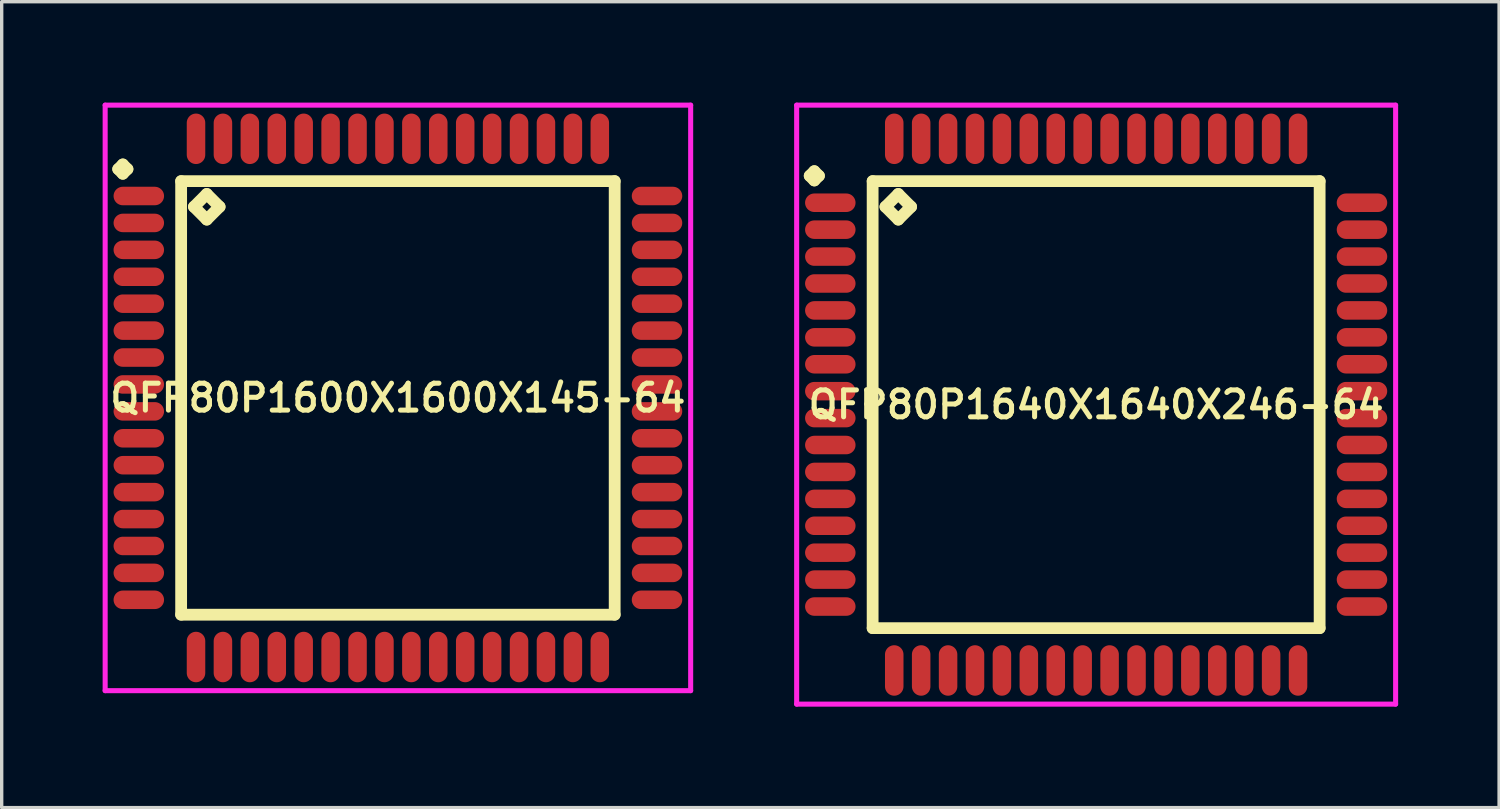
<source format=kicad_pcb>
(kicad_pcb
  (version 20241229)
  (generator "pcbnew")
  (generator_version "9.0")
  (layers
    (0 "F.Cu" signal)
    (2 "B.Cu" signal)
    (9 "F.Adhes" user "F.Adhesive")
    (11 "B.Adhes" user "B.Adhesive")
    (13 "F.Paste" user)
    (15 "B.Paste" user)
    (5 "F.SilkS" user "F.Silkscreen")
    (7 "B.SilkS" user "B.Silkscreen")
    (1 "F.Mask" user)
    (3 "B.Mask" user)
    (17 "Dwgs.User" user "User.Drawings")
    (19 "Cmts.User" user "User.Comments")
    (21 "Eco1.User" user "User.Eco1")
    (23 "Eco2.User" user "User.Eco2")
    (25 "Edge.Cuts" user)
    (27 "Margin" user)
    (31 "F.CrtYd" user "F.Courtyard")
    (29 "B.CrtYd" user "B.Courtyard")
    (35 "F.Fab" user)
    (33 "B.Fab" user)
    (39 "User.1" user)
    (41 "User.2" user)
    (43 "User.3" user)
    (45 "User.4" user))
  (footprint "QFP80P1640X1640X246-64"
    (layer "F.Cu")
    (at 29.525 8.975)
    (property "Reference" "QFP80P1640X1640X246-64" (at 0 0 0) (layer "F.SilkS") (effects (font (size 0.8 0.8) (thickness 0.15))))
    (attr smd)
    (fp_line (start -8.512 -6.8) (end -8.375 -6.938) (stroke (width 0.35) (type solid)) (layer "F.SilkS"))
    (fp_line (start -8.375 -6.938) (end -8.238 -6.8) (stroke (width 0.35) (type solid)) (layer "F.SilkS"))
    (fp_line (start -8.375 -6.662) (end -8.512 -6.8) (stroke (width 0.35) (type solid)) (layer "F.SilkS"))
    (fp_line (start -8.238 -6.8) (end -8.375 -6.662) (stroke (width 0.35) (type solid)) (layer "F.SilkS"))
    (fp_line (start -6.642 -6.642) (end -6.642 6.642) (stroke (width 0.35) (type solid)) (layer "F.SilkS"))
    (fp_line (start -6.642 6.642) (end 6.642 6.642) (stroke (width 0.35) (type solid)) (layer "F.SilkS"))
    (fp_line (start -6.261 -5.88) (end -5.88 -6.261) (stroke (width 0.35) (type solid)) (layer "F.SilkS"))
    (fp_line (start -5.88 -6.261) (end -5.499 -5.88) (stroke (width 0.35) (type solid)) (layer "F.SilkS"))
    (fp_line (start -5.88 -5.499) (end -6.261 -5.88) (stroke (width 0.35) (type solid)) (layer "F.SilkS"))
    (fp_line (start -5.499 -5.88) (end -5.88 -5.499) (stroke (width 0.35) (type solid)) (layer "F.SilkS"))
    (fp_line (start 6.642 -6.642) (end -6.642 -6.642) (stroke (width 0.35) (type solid)) (layer "F.SilkS"))
    (fp_line (start 6.642 6.642) (end 6.642 -6.642) (stroke (width 0.35) (type solid)) (layer "F.SilkS"))
    (fp_line (start -8.9 -8.9) (end 8.9 -8.9) (stroke (width 0.15) (type solid)) (layer "F.CrtYd"))
    (fp_line (start -8.9 8.9) (end -8.9 -8.9) (stroke (width 0.15) (type solid)) (layer "F.CrtYd"))
    (fp_line (start 8.9 -8.9) (end 8.9 8.9) (stroke (width 0.15) (type solid)) (layer "F.CrtYd"))
    (fp_line (start 8.9 8.9) (end -8.9 8.9) (stroke (width 0.15) (type solid)) (layer "F.CrtYd"))
    (pad "1" smd oval (at -7.9 -6) (size 1.5 0.55) (layers "F.Cu" "F.Mask" "F.Paste"))
    (pad "2" smd oval (at -7.9 -5.2) (size 1.5 0.55) (layers "F.Cu" "F.Mask" "F.Paste"))
    (pad "3" smd oval (at -7.9 -4.4) (size 1.5 0.55) (layers "F.Cu" "F.Mask" "F.Paste"))
    (pad "4" smd oval (at -7.9 -3.6) (size 1.5 0.55) (layers "F.Cu" "F.Mask" "F.Paste"))
    (pad "5" smd oval (at -7.9 -2.8) (size 1.5 0.55) (layers "F.Cu" "F.Mask" "F.Paste"))
    (pad "6" smd oval (at -7.9 -2) (size 1.5 0.55) (layers "F.Cu" "F.Mask" "F.Paste"))
    (pad "7" smd oval (at -7.9 -1.2) (size 1.5 0.55) (layers "F.Cu" "F.Mask" "F.Paste"))
    (pad "8" smd oval (at -7.9 -0.4) (size 1.5 0.55) (layers "F.Cu" "F.Mask" "F.Paste"))
    (pad "9" smd oval (at -7.9 0.4) (size 1.5 0.55) (layers "F.Cu" "F.Mask" "F.Paste"))
    (pad "10" smd oval (at -7.9 1.2) (size 1.5 0.55) (layers "F.Cu" "F.Mask" "F.Paste"))
    (pad "11" smd oval (at -7.9 2) (size 1.5 0.55) (layers "F.Cu" "F.Mask" "F.Paste"))
    (pad "12" smd oval (at -7.9 2.8) (size 1.5 0.55) (layers "F.Cu" "F.Mask" "F.Paste"))
    (pad "13" smd oval (at -7.9 3.6) (size 1.5 0.55) (layers "F.Cu" "F.Mask" "F.Paste"))
    (pad "14" smd oval (at -7.9 4.4) (size 1.5 0.55) (layers "F.Cu" "F.Mask" "F.Paste"))
    (pad "15" smd oval (at -7.9 5.2) (size 1.5 0.55) (layers "F.Cu" "F.Mask" "F.Paste"))
    (pad "16" smd oval (at -7.9 6) (size 1.5 0.55) (layers "F.Cu" "F.Mask" "F.Paste"))
    (pad "17" smd oval (at -6 7.9) (size 0.55 1.5) (layers "F.Cu" "F.Mask" "F.Paste"))
    (pad "18" smd oval (at -5.2 7.9) (size 0.55 1.5) (layers "F.Cu" "F.Mask" "F.Paste"))
    (pad "19" smd oval (at -4.4 7.9) (size 0.55 1.5) (layers "F.Cu" "F.Mask" "F.Paste"))
    (pad "20" smd oval (at -3.6 7.9) (size 0.55 1.5) (layers "F.Cu" "F.Mask" "F.Paste"))
    (pad "21" smd oval (at -2.8 7.9) (size 0.55 1.5) (layers "F.Cu" "F.Mask" "F.Paste"))
    (pad "22" smd oval (at -2 7.9) (size 0.55 1.5) (layers "F.Cu" "F.Mask" "F.Paste"))
    (pad "23" smd oval (at -1.2 7.9) (size 0.55 1.5) (layers "F.Cu" "F.Mask" "F.Paste"))
    (pad "24" smd oval (at -0.4 7.9) (size 0.55 1.5) (layers "F.Cu" "F.Mask" "F.Paste"))
    (pad "25" smd oval (at 0.4 7.9) (size 0.55 1.5) (layers "F.Cu" "F.Mask" "F.Paste"))
    (pad "26" smd oval (at 1.2 7.9) (size 0.55 1.5) (layers "F.Cu" "F.Mask" "F.Paste"))
    (pad "27" smd oval (at 2 7.9) (size 0.55 1.5) (layers "F.Cu" "F.Mask" "F.Paste"))
    (pad "28" smd oval (at 2.8 7.9) (size 0.55 1.5) (layers "F.Cu" "F.Mask" "F.Paste"))
    (pad "29" smd oval (at 3.6 7.9) (size 0.55 1.5) (layers "F.Cu" "F.Mask" "F.Paste"))
    (pad "30" smd oval (at 4.4 7.9) (size 0.55 1.5) (layers "F.Cu" "F.Mask" "F.Paste"))
    (pad "31" smd oval (at 5.2 7.9) (size 0.55 1.5) (layers "F.Cu" "F.Mask" "F.Paste"))
    (pad "32" smd oval (at 6 7.9) (size 0.55 1.5) (layers "F.Cu" "F.Mask" "F.Paste"))
    (pad "33" smd oval (at 7.9 6) (size 1.5 0.55) (layers "F.Cu" "F.Mask" "F.Paste"))
    (pad "34" smd oval (at 7.9 5.2) (size 1.5 0.55) (layers "F.Cu" "F.Mask" "F.Paste"))
    (pad "35" smd oval (at 7.9 4.4) (size 1.5 0.55) (layers "F.Cu" "F.Mask" "F.Paste"))
    (pad "36" smd oval (at 7.9 3.6) (size 1.5 0.55) (layers "F.Cu" "F.Mask" "F.Paste"))
    (pad "37" smd oval (at 7.9 2.8) (size 1.5 0.55) (layers "F.Cu" "F.Mask" "F.Paste"))
    (pad "38" smd oval (at 7.9 2) (size 1.5 0.55) (layers "F.Cu" "F.Mask" "F.Paste"))
    (pad "39" smd oval (at 7.9 1.2) (size 1.5 0.55) (layers "F.Cu" "F.Mask" "F.Paste"))
    (pad "40" smd oval (at 7.9 0.4) (size 1.5 0.55) (layers "F.Cu" "F.Mask" "F.Paste"))
    (pad "41" smd oval (at 7.9 -0.4) (size 1.5 0.55) (layers "F.Cu" "F.Mask" "F.Paste"))
    (pad "42" smd oval (at 7.9 -1.2) (size 1.5 0.55) (layers "F.Cu" "F.Mask" "F.Paste"))
    (pad "43" smd oval (at 7.9 -2) (size 1.5 0.55) (layers "F.Cu" "F.Mask" "F.Paste"))
    (pad "44" smd oval (at 7.9 -2.8) (size 1.5 0.55) (layers "F.Cu" "F.Mask" "F.Paste"))
    (pad "45" smd oval (at 7.9 -3.6) (size 1.5 0.55) (layers "F.Cu" "F.Mask" "F.Paste"))
    (pad "46" smd oval (at 7.9 -4.4) (size 1.5 0.55) (layers "F.Cu" "F.Mask" "F.Paste"))
    (pad "47" smd oval (at 7.9 -5.2) (size 1.5 0.55) (layers "F.Cu" "F.Mask" "F.Paste"))
    (pad "48" smd oval (at 7.9 -6) (size 1.5 0.55) (layers "F.Cu" "F.Mask" "F.Paste"))
    (pad "49" smd oval (at 6 -7.9) (size 0.55 1.5) (layers "F.Cu" "F.Mask" "F.Paste"))
    (pad "50" smd oval (at 5.2 -7.9) (size 0.55 1.5) (layers "F.Cu" "F.Mask" "F.Paste"))
    (pad "51" smd oval (at 4.4 -7.9) (size 0.55 1.5) (layers "F.Cu" "F.Mask" "F.Paste"))
    (pad "52" smd oval (at 3.6 -7.9) (size 0.55 1.5) (layers "F.Cu" "F.Mask" "F.Paste"))
    (pad "53" smd oval (at 2.8 -7.9) (size 0.55 1.5) (layers "F.Cu" "F.Mask" "F.Paste"))
    (pad "54" smd oval (at 2 -7.9) (size 0.55 1.5) (layers "F.Cu" "F.Mask" "F.Paste"))
    (pad "55" smd oval (at 1.2 -7.9) (size 0.55 1.5) (layers "F.Cu" "F.Mask" "F.Paste"))
    (pad "56" smd oval (at 0.4 -7.9) (size 0.55 1.5) (layers "F.Cu" "F.Mask" "F.Paste"))
    (pad "57" smd oval (at -0.4 -7.9) (size 0.55 1.5) (layers "F.Cu" "F.Mask" "F.Paste"))
    (pad "58" smd oval (at -1.2 -7.9) (size 0.55 1.5) (layers "F.Cu" "F.Mask" "F.Paste"))
    (pad "59" smd oval (at -2 -7.9) (size 0.55 1.5) (layers "F.Cu" "F.Mask" "F.Paste"))
    (pad "60" smd oval (at -2.8 -7.9) (size 0.55 1.5) (layers "F.Cu" "F.Mask" "F.Paste"))
    (pad "61" smd oval (at -3.6 -7.9) (size 0.55 1.5) (layers "F.Cu" "F.Mask" "F.Paste"))
    (pad "62" smd oval (at -4.4 -7.9) (size 0.55 1.5) (layers "F.Cu" "F.Mask" "F.Paste"))
    (pad "63" smd oval (at -5.2 -7.9) (size 0.55 1.5) (layers "F.Cu" "F.Mask" "F.Paste"))
    (pad "64" smd oval (at -6 -7.9) (size 0.55 1.5) (layers "F.Cu" "F.Mask" "F.Paste")))
  (footprint "QFP80P1600X1600X145-64"
    (layer "F.Cu")
    (at 8.775 8.775)
    (property "Reference" "QFP80P1600X1600X145-64" (at 0 0 0) (layer "F.SilkS") (effects (font (size 0.8 0.8) (thickness 0.15))))
    (attr smd)
    (fp_line (start -8.312 -6.8) (end -8.175 -6.938) (stroke (width 0.35) (type solid)) (layer "F.SilkS"))
    (fp_line (start -8.175 -6.938) (end -8.037 -6.8) (stroke (width 0.35) (type solid)) (layer "F.SilkS"))
    (fp_line (start -8.175 -6.662) (end -8.312 -6.8) (stroke (width 0.35) (type solid)) (layer "F.SilkS"))
    (fp_line (start -8.037 -6.8) (end -8.175 -6.662) (stroke (width 0.35) (type solid)) (layer "F.SilkS"))
    (fp_line (start -6.442 -6.442) (end -6.442 6.442) (stroke (width 0.35) (type solid)) (layer "F.SilkS"))
    (fp_line (start -6.442 6.442) (end 6.442 6.442) (stroke (width 0.35) (type solid)) (layer "F.SilkS"))
    (fp_line (start -6.061 -5.68) (end -5.68 -6.061) (stroke (width 0.35) (type solid)) (layer "F.SilkS"))
    (fp_line (start -5.68 -6.061) (end -5.299 -5.68) (stroke (width 0.35) (type solid)) (layer "F.SilkS"))
    (fp_line (start -5.68 -5.299) (end -6.061 -5.68) (stroke (width 0.35) (type solid)) (layer "F.SilkS"))
    (fp_line (start -5.299 -5.68) (end -5.68 -5.299) (stroke (width 0.35) (type solid)) (layer "F.SilkS"))
    (fp_line (start 6.442 -6.442) (end -6.442 -6.442) (stroke (width 0.35) (type solid)) (layer "F.SilkS"))
    (fp_line (start 6.442 6.442) (end 6.442 -6.442) (stroke (width 0.35) (type solid)) (layer "F.SilkS"))
    (fp_line (start -8.7 -8.7) (end 8.7 -8.7) (stroke (width 0.15) (type solid)) (layer "F.CrtYd"))
    (fp_line (start -8.7 8.7) (end -8.7 -8.7) (stroke (width 0.15) (type solid)) (layer "F.CrtYd"))
    (fp_line (start 8.7 -8.7) (end 8.7 8.7) (stroke (width 0.15) (type solid)) (layer "F.CrtYd"))
    (fp_line (start 8.7 8.7) (end -8.7 8.7) (stroke (width 0.15) (type solid)) (layer "F.CrtYd"))
    (pad "1" smd oval (at -7.7 -6) (size 1.5 0.55) (layers "F.Cu" "F.Mask" "F.Paste"))
    (pad "2" smd oval (at -7.7 -5.2) (size 1.5 0.55) (layers "F.Cu" "F.Mask" "F.Paste"))
    (pad "3" smd oval (at -7.7 -4.4) (size 1.5 0.55) (layers "F.Cu" "F.Mask" "F.Paste"))
    (pad "4" smd oval (at -7.7 -3.6) (size 1.5 0.55) (layers "F.Cu" "F.Mask" "F.Paste"))
    (pad "5" smd oval (at -7.7 -2.8) (size 1.5 0.55) (layers "F.Cu" "F.Mask" "F.Paste"))
    (pad "6" smd oval (at -7.7 -2) (size 1.5 0.55) (layers "F.Cu" "F.Mask" "F.Paste"))
    (pad "7" smd oval (at -7.7 -1.2) (size 1.5 0.55) (layers "F.Cu" "F.Mask" "F.Paste"))
    (pad "8" smd oval (at -7.7 -0.4) (size 1.5 0.55) (layers "F.Cu" "F.Mask" "F.Paste"))
    (pad "9" smd oval (at -7.7 0.4) (size 1.5 0.55) (layers "F.Cu" "F.Mask" "F.Paste"))
    (pad "10" smd oval (at -7.7 1.2) (size 1.5 0.55) (layers "F.Cu" "F.Mask" "F.Paste"))
    (pad "11" smd oval (at -7.7 2) (size 1.5 0.55) (layers "F.Cu" "F.Mask" "F.Paste"))
    (pad "12" smd oval (at -7.7 2.8) (size 1.5 0.55) (layers "F.Cu" "F.Mask" "F.Paste"))
    (pad "13" smd oval (at -7.7 3.6) (size 1.5 0.55) (layers "F.Cu" "F.Mask" "F.Paste"))
    (pad "14" smd oval (at -7.7 4.4) (size 1.5 0.55) (layers "F.Cu" "F.Mask" "F.Paste"))
    (pad "15" smd oval (at -7.7 5.2) (size 1.5 0.55) (layers "F.Cu" "F.Mask" "F.Paste"))
    (pad "16" smd oval (at -7.7 6) (size 1.5 0.55) (layers "F.Cu" "F.Mask" "F.Paste"))
    (pad "17" smd oval (at -6 7.7) (size 0.55 1.5) (layers "F.Cu" "F.Mask" "F.Paste"))
    (pad "18" smd oval (at -5.2 7.7) (size 0.55 1.5) (layers "F.Cu" "F.Mask" "F.Paste"))
    (pad "19" smd oval (at -4.4 7.7) (size 0.55 1.5) (layers "F.Cu" "F.Mask" "F.Paste"))
    (pad "20" smd oval (at -3.6 7.7) (size 0.55 1.5) (layers "F.Cu" "F.Mask" "F.Paste"))
    (pad "21" smd oval (at -2.8 7.7) (size 0.55 1.5) (layers "F.Cu" "F.Mask" "F.Paste"))
    (pad "22" smd oval (at -2 7.7) (size 0.55 1.5) (layers "F.Cu" "F.Mask" "F.Paste"))
    (pad "23" smd oval (at -1.2 7.7) (size 0.55 1.5) (layers "F.Cu" "F.Mask" "F.Paste"))
    (pad "24" smd oval (at -0.4 7.7) (size 0.55 1.5) (layers "F.Cu" "F.Mask" "F.Paste"))
    (pad "25" smd oval (at 0.4 7.7) (size 0.55 1.5) (layers "F.Cu" "F.Mask" "F.Paste"))
    (pad "26" smd oval (at 1.2 7.7) (size 0.55 1.5) (layers "F.Cu" "F.Mask" "F.Paste"))
    (pad "27" smd oval (at 2 7.7) (size 0.55 1.5) (layers "F.Cu" "F.Mask" "F.Paste"))
    (pad "28" smd oval (at 2.8 7.7) (size 0.55 1.5) (layers "F.Cu" "F.Mask" "F.Paste"))
    (pad "29" smd oval (at 3.6 7.7) (size 0.55 1.5) (layers "F.Cu" "F.Mask" "F.Paste"))
    (pad "30" smd oval (at 4.4 7.7) (size 0.55 1.5) (layers "F.Cu" "F.Mask" "F.Paste"))
    (pad "31" smd oval (at 5.2 7.7) (size 0.55 1.5) (layers "F.Cu" "F.Mask" "F.Paste"))
    (pad "32" smd oval (at 6 7.7) (size 0.55 1.5) (layers "F.Cu" "F.Mask" "F.Paste"))
    (pad "33" smd oval (at 7.7 6) (size 1.5 0.55) (layers "F.Cu" "F.Mask" "F.Paste"))
    (pad "34" smd oval (at 7.7 5.2) (size 1.5 0.55) (layers "F.Cu" "F.Mask" "F.Paste"))
    (pad "35" smd oval (at 7.7 4.4) (size 1.5 0.55) (layers "F.Cu" "F.Mask" "F.Paste"))
    (pad "36" smd oval (at 7.7 3.6) (size 1.5 0.55) (layers "F.Cu" "F.Mask" "F.Paste"))
    (pad "37" smd oval (at 7.7 2.8) (size 1.5 0.55) (layers "F.Cu" "F.Mask" "F.Paste"))
    (pad "38" smd oval (at 7.7 2) (size 1.5 0.55) (layers "F.Cu" "F.Mask" "F.Paste"))
    (pad "39" smd oval (at 7.7 1.2) (size 1.5 0.55) (layers "F.Cu" "F.Mask" "F.Paste"))
    (pad "40" smd oval (at 7.7 0.4) (size 1.5 0.55) (layers "F.Cu" "F.Mask" "F.Paste"))
    (pad "41" smd oval (at 7.7 -0.4) (size 1.5 0.55) (layers "F.Cu" "F.Mask" "F.Paste"))
    (pad "42" smd oval (at 7.7 -1.2) (size 1.5 0.55) (layers "F.Cu" "F.Mask" "F.Paste"))
    (pad "43" smd oval (at 7.7 -2) (size 1.5 0.55) (layers "F.Cu" "F.Mask" "F.Paste"))
    (pad "44" smd oval (at 7.7 -2.8) (size 1.5 0.55) (layers "F.Cu" "F.Mask" "F.Paste"))
    (pad "45" smd oval (at 7.7 -3.6) (size 1.5 0.55) (layers "F.Cu" "F.Mask" "F.Paste"))
    (pad "46" smd oval (at 7.7 -4.4) (size 1.5 0.55) (layers "F.Cu" "F.Mask" "F.Paste"))
    (pad "47" smd oval (at 7.7 -5.2) (size 1.5 0.55) (layers "F.Cu" "F.Mask" "F.Paste"))
    (pad "48" smd oval (at 7.7 -6) (size 1.5 0.55) (layers "F.Cu" "F.Mask" "F.Paste"))
    (pad "49" smd oval (at 6 -7.7) (size 0.55 1.5) (layers "F.Cu" "F.Mask" "F.Paste"))
    (pad "50" smd oval (at 5.2 -7.7) (size 0.55 1.5) (layers "F.Cu" "F.Mask" "F.Paste"))
    (pad "51" smd oval (at 4.4 -7.7) (size 0.55 1.5) (layers "F.Cu" "F.Mask" "F.Paste"))
    (pad "52" smd oval (at 3.6 -7.7) (size 0.55 1.5) (layers "F.Cu" "F.Mask" "F.Paste"))
    (pad "53" smd oval (at 2.8 -7.7) (size 0.55 1.5) (layers "F.Cu" "F.Mask" "F.Paste"))
    (pad "54" smd oval (at 2 -7.7) (size 0.55 1.5) (layers "F.Cu" "F.Mask" "F.Paste"))
    (pad "55" smd oval (at 1.2 -7.7) (size 0.55 1.5) (layers "F.Cu" "F.Mask" "F.Paste"))
    (pad "56" smd oval (at 0.4 -7.7) (size 0.55 1.5) (layers "F.Cu" "F.Mask" "F.Paste"))
    (pad "57" smd oval (at -0.4 -7.7) (size 0.55 1.5) (layers "F.Cu" "F.Mask" "F.Paste"))
    (pad "58" smd oval (at -1.2 -7.7) (size 0.55 1.5) (layers "F.Cu" "F.Mask" "F.Paste"))
    (pad "59" smd oval (at -2 -7.7) (size 0.55 1.5) (layers "F.Cu" "F.Mask" "F.Paste"))
    (pad "60" smd oval (at -2.8 -7.7) (size 0.55 1.5) (layers "F.Cu" "F.Mask" "F.Paste"))
    (pad "61" smd oval (at -3.6 -7.7) (size 0.55 1.5) (layers "F.Cu" "F.Mask" "F.Paste"))
    (pad "62" smd oval (at -4.4 -7.7) (size 0.55 1.5) (layers "F.Cu" "F.Mask" "F.Paste"))
    (pad "63" smd oval (at -5.2 -7.7) (size 0.55 1.5) (layers "F.Cu" "F.Mask" "F.Paste"))
    (pad "64" smd oval (at -6 -7.7) (size 0.55 1.5) (layers "F.Cu" "F.Mask" "F.Paste")))
  (gr_rect
    (start -3 -3)
    (end 41.5 20.95)
    (stroke (width 0.1) (type default))
    (fill no)
    (layer "Edge.Cuts")))
</source>
